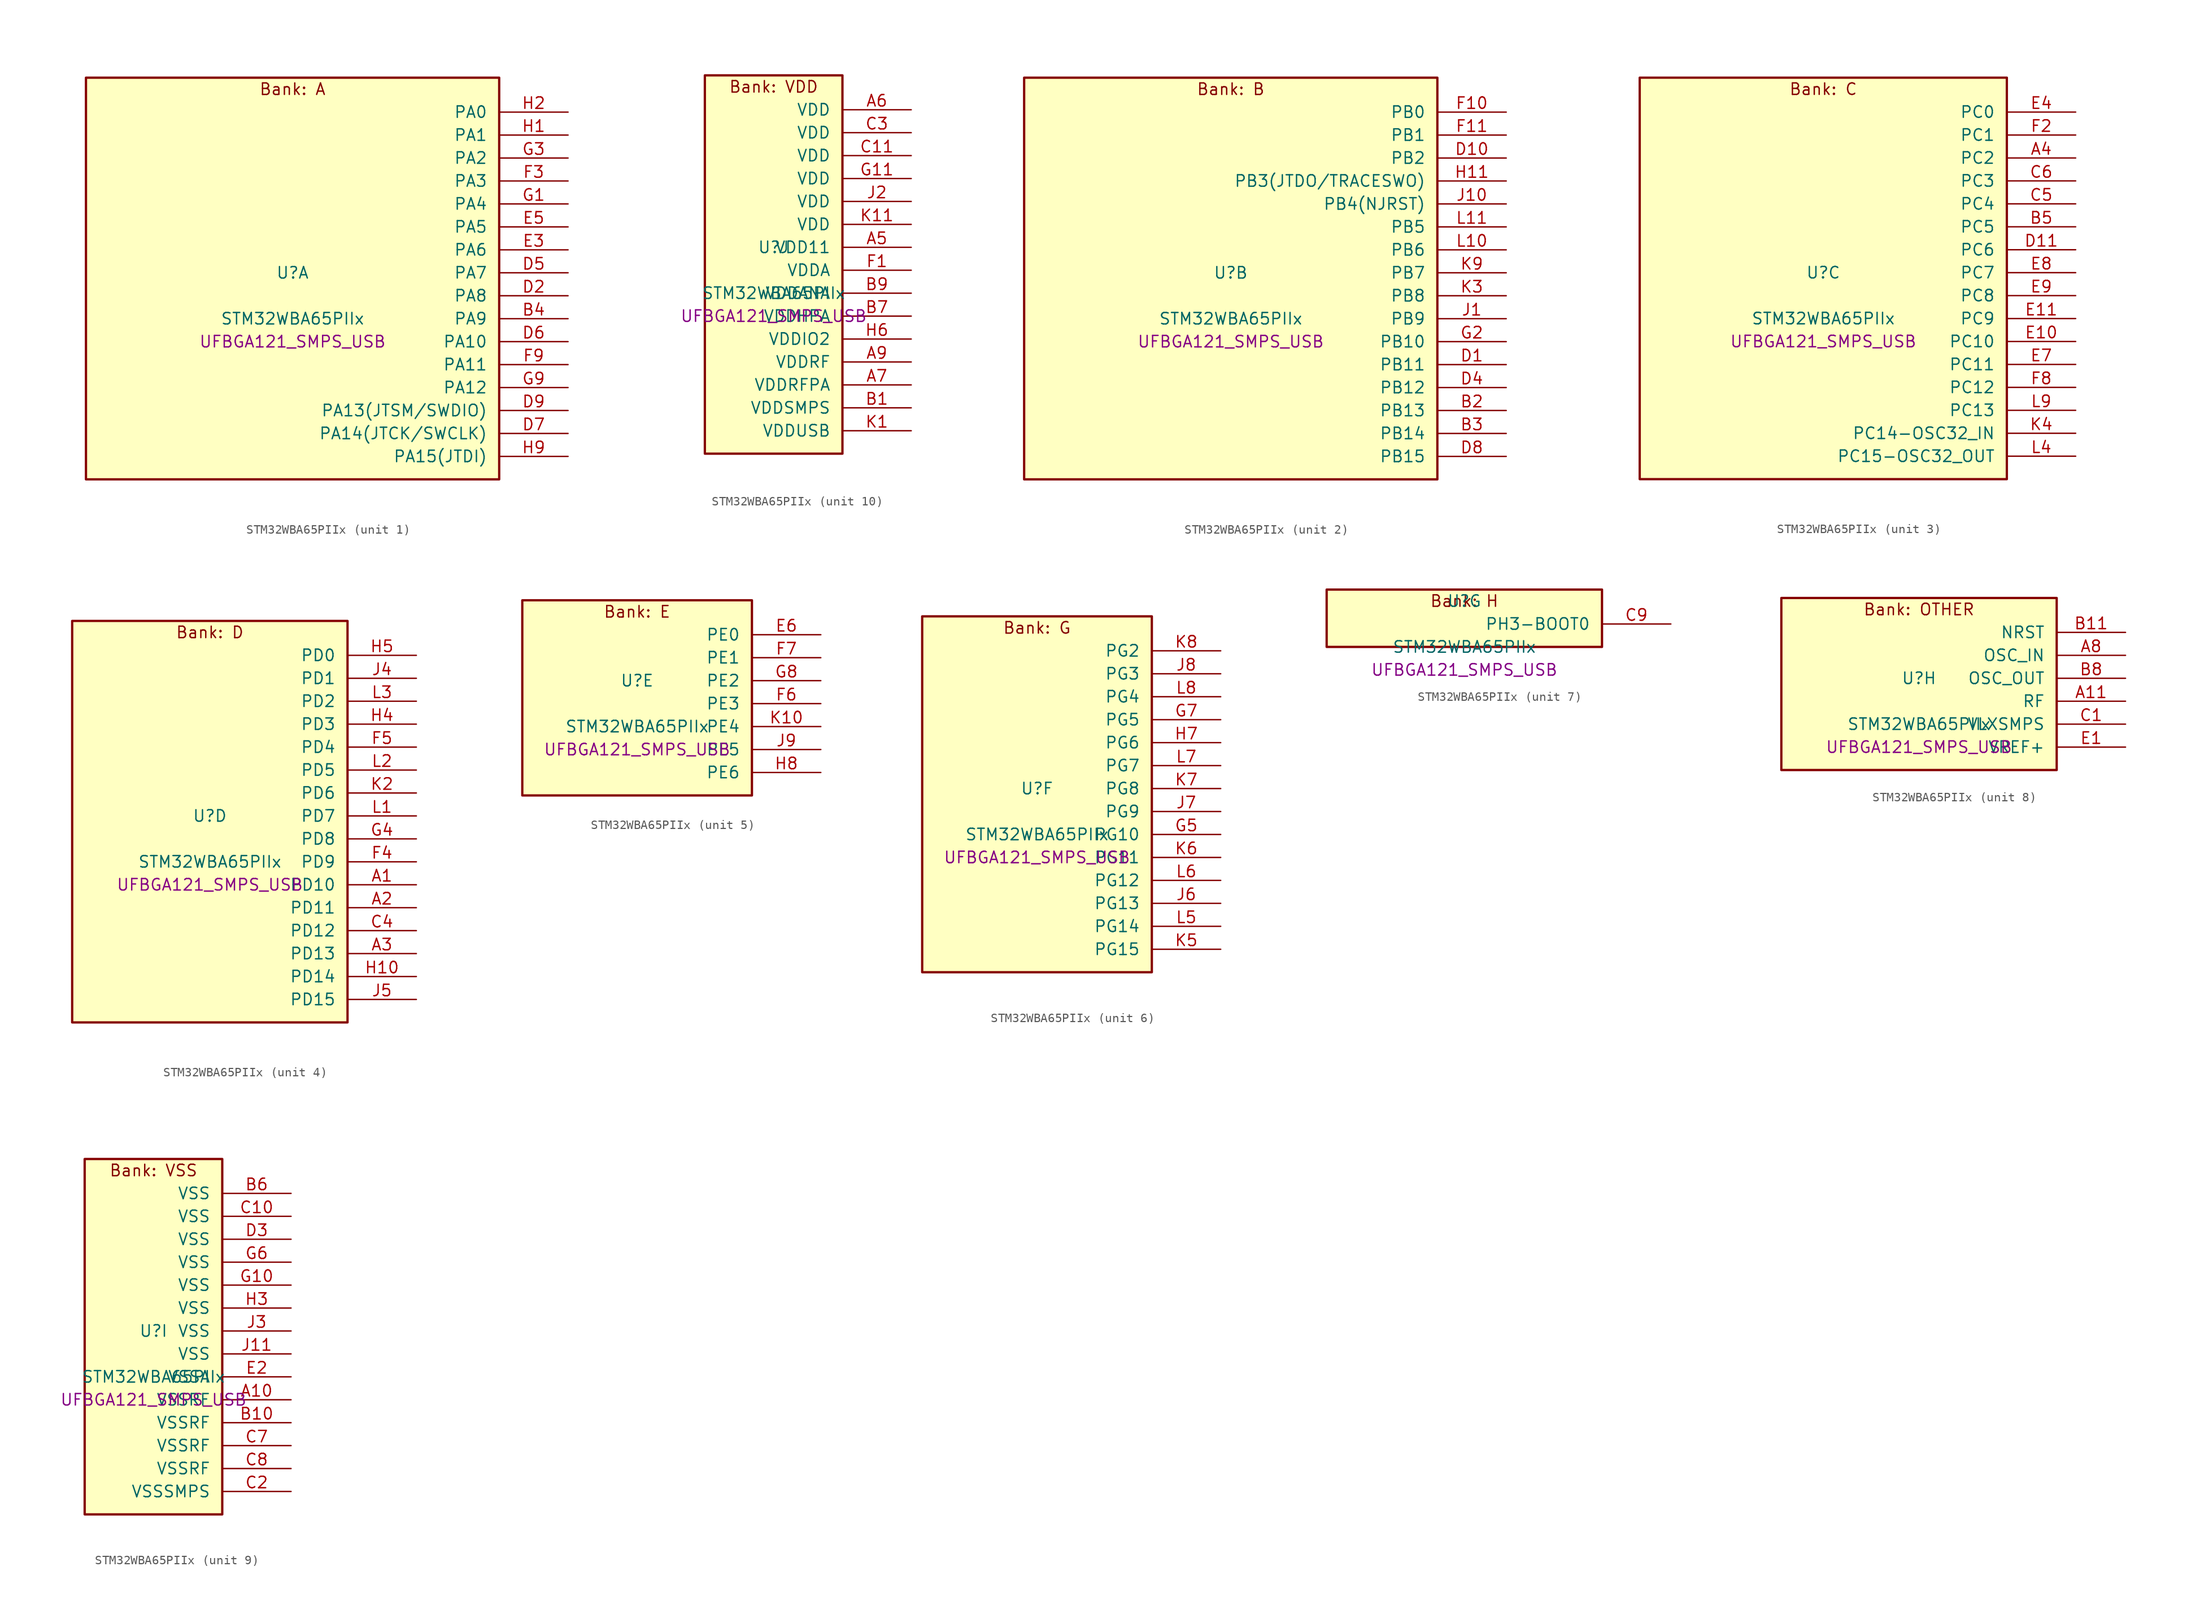
<source format=kicad_sym>
(kicad_symbol_lib
  (version 20241209)
  (generator "stm32_pkl_generator")
  (generator_version "1.0")
  (symbol "STM32WBA65PIIx"
    (pin_names
      (offset 1.27))
    (property "Reference" "U"
      (at 0 2.54 0))
    (property "Value" "STM32WBA65PIIx"
      (at 0 -2.54 0))
    (property "Footprint" "UFBGA121_SMPS_USB"
      (at 0 -5.08 0))
    (symbol "STM32WBA65PIIx_1_1"
      (rectangle (start -22.86 24.13) (end 22.86 -20.32) (stroke (width 0.254) (type solid)) (fill (type background)))
      (text "Bank: A" (at 0 22.86 0))
      (pin bidirectional line (at 30.48 20.32 180) (length 7.62) (name "PA0") (number "H2") (alternate "PA0/ADC4_IN9" bidirectional line) (alternate "PA0/COMP2_INP" bidirectional line) (alternate "PA0/LPTIM1_IN1" bidirectional line) (alternate "PA0/LPUART1_CTS" bidirectional line) (alternate "PA0/PWR_WKUP1" bidirectional line) (alternate "PA0/SPI3_SCK" bidirectional line) (alternate "PA0/TIM1_CH2N" bidirectional line) (alternate "PA0/TIM3_CH3" bidirectional line) (alternate "PA0/TIM3_ETR" bidirectional line) (alternate "PA0/TSC_G2_IO2" bidirectional line))
      (pin bidirectional line (at 30.48 17.78 180) (length 7.62) (name "PA1") (number "H1") (alternate "PA1/ADC4_IN8" bidirectional line) (alternate "PA1/COMP1_INM" bidirectional line) (alternate "PA1/LPTIM2_CH2" bidirectional line) (alternate "PA1/LPUART1_RX" bidirectional line) (alternate "PA1/PWR_WKUP3" bidirectional line) (alternate "PA1/SAI1_CK1" bidirectional line) (alternate "PA1/SPI1_RDY" bidirectional line) (alternate "PA1/SPI3_MISO" bidirectional line) (alternate "PA1/TIM17_CH1" bidirectional line) (alternate "PA1/TIM1_CH1N" bidirectional line) (alternate "PA1/TIM3_CH2" bidirectional line) (alternate "PA1/TSC_G2_IO1" bidirectional line) (alternate "PA1/USART1_CK" bidirectional line))
      (pin bidirectional line (at 30.48 15.24 180) (length 7.62) (name "PA2") (number "G3") (alternate "PA2/ADC4_IN7" bidirectional line) (alternate "PA2/COMP1_INP" bidirectional line) (alternate "PA2/LPUART1_TX" bidirectional line) (alternate "PA2/PWR_WKUP4" bidirectional line) (alternate "PA2/RCC_LSCO" bidirectional line) (alternate "PA2/SAI1_D1" bidirectional line) (alternate "PA2/TIM16_CH1" bidirectional line) (alternate "PA2/TIM1_BKIN" bidirectional line) (alternate "PA2/TIM3_CH1" bidirectional line) (alternate "PA2/TSC_G4_IO4" bidirectional line) (alternate "PA2/USART1_DE" bidirectional line) (alternate "PA2/USART1_RTS" bidirectional line))
      (pin bidirectional line (at 30.48 12.7 180) (length 7.62) (name "PA3") (number "F3") (alternate "PA3/ADC4_IN6" bidirectional line) (alternate "PA3/PWR_WKUP5" bidirectional line) (alternate "PA3/TIM16_CH1N" bidirectional line) (alternate "PA3/TSC_G4_IO2" bidirectional line) (alternate "PA3/USART1_DE" bidirectional line) (alternate "PA3/USART1_RTS" bidirectional line))
      (pin bidirectional line (at 30.48 10.16 180) (length 7.62) (name "PA4") (number "G1") (alternate "PA4/ADC4_IN5" bidirectional line) (alternate "PA4/AUDIOCLK" bidirectional line) (alternate "PA4/PWR_WKUP2" bidirectional line) (alternate "PA4/TAMP_IN6" bidirectional line) (alternate "PA4/TAMP_OUT3" bidirectional line) (alternate "PA4/TIM16_CH1" bidirectional line) (alternate "PA4/TSC_G4_IO1" bidirectional line) (alternate "PA4/USART1_CTS" bidirectional line))
      (pin bidirectional line (at 30.48 7.62 180) (length 7.62) (name "PA5") (number "E5") (alternate "PA5/ADC4_IN4" bidirectional line) (alternate "PA5/AUDIOCLK" bidirectional line) (alternate "PA5/LPTIM2_ETR" bidirectional line) (alternate "PA5/PWR_CSLEEP" bidirectional line) (alternate "PA5/PWR_WKUP6" bidirectional line) (alternate "PA5/SAI1_D2" bidirectional line) (alternate "PA5/SPI3_NSS" bidirectional line) (alternate "PA5/TIM2_CH1" bidirectional line) (alternate "PA5/TIM2_ETR" bidirectional line) (alternate "PA5/TSC_G1_IO4" bidirectional line) (alternate "PA5/USART1_CK" bidirectional line) (alternate "PA5/USART3_RX" bidirectional line))
      (pin bidirectional line (at 30.48 5.08 180) (length 7.62) (name "PA6") (number "E3") (alternate "PA6/ADC4_IN3" bidirectional line) (alternate "PA6/I2C3_SCL" bidirectional line) (alternate "PA6/PWR_CSTOP" bidirectional line) (alternate "PA6/PWR_WKUP7" bidirectional line) (alternate "PA6/SAI1_CK2" bidirectional line) (alternate "PA6/SAI1_MCLK_A" bidirectional line) (alternate "PA6/SPI3_RDY" bidirectional line) (alternate "PA6/TIM2_CH4" bidirectional line) (alternate "PA6/TSC_G1_IO3" bidirectional line) (alternate "PA6/USART1_DE" bidirectional line) (alternate "PA6/USART1_RTS" bidirectional line) (alternate "PA6/USART3_CTS" bidirectional line))
      (pin bidirectional line (at 30.48 2.54 180) (length 7.62) (name "PA7") (number "D5") (alternate "PA7/ADC4_IN2" bidirectional line) (alternate "PA7/COMP1_OUT" bidirectional line) (alternate "PA7/I2C3_SDA" bidirectional line) (alternate "PA7/PWR_WKUP8" bidirectional line) (alternate "PA7/SAI1_SCK_A" bidirectional line) (alternate "PA7/SPI3_SCK" bidirectional line) (alternate "PA7/TAMP_IN1" bidirectional line) (alternate "PA7/TAMP_OUT2" bidirectional line) (alternate "PA7/TIM2_CH3" bidirectional line) (alternate "PA7/TSC_G1_IO2" bidirectional line) (alternate "PA7/USART1_CTS" bidirectional line) (alternate "PA7/USART3_TX" bidirectional line))
      (pin bidirectional line (at 30.48 0 180) (length 7.62) (name "PA8") (number "D2") (alternate "PA8/ADC4_IN1" bidirectional line) (alternate "PA8/LPTIM1_CH2" bidirectional line) (alternate "PA8/RCC_MCO" bidirectional line) (alternate "PA8/SAI1_FS_A" bidirectional line) (alternate "PA8/SPI3_RDY" bidirectional line) (alternate "PA8/TIM2_CH2" bidirectional line) (alternate "PA8/TSC_G1_IO1" bidirectional line) (alternate "PA8/USART1_RX" bidirectional line) (alternate "PA8/USB_OTG_HS_SOF" bidirectional line))
      (pin bidirectional line (at 30.48 -2.54 180) (length 7.62) (name "PA9") (number "B4") (alternate "PA9/LPUART1_DE" bidirectional line) (alternate "PA9/LPUART1_RTS" bidirectional line) (alternate "PA9/SAI1_CK1" bidirectional line) (alternate "PA9/SPI2_MISO" bidirectional line) (alternate "PA9/SPI2_SCK" bidirectional line) (alternate "PA9/TIM3_CH2" bidirectional line))
      (pin bidirectional line (at 30.48 -5.08 180) (length 7.62) (name "PA10") (number "D6") (alternate "PA10/LPUART1_RX" bidirectional line) (alternate "PA10/SAI1_D1" bidirectional line) (alternate "PA10/SPI2_NSS" bidirectional line) (alternate "PA10/TIM3_CH1" bidirectional line))
      (pin bidirectional line (at 30.48 -7.62 180) (length 7.62) (name "PA11") (number "F9") (alternate "PA11/LPTIM2_CH1" bidirectional line) (alternate "PA11/RF_ANTSW1" bidirectional line) (alternate "PA11/TIM1_CH1" bidirectional line) (alternate "PA11/USART2_RX" bidirectional line))
      (pin bidirectional line (at 30.48 -10.16 180) (length 7.62) (name "PA12") (number "G9") (alternate "PA12/COMP2_OUT" bidirectional line) (alternate "PA12/PTA_STATUS" bidirectional line) (alternate "PA12/PWR_WKUP6" bidirectional line) (alternate "PA12/RF_ANTSW0" bidirectional line) (alternate "PA12/SPI1_NSS" bidirectional line) (alternate "PA12/TIM1_CH2" bidirectional line) (alternate "PA12/TSC_G3_IO4" bidirectional line) (alternate "PA12/USART2_TX" bidirectional line))
      (pin bidirectional line (at 30.48 -12.7 180) (length 7.62) (name "PA13(JTSM/SWDIO)") (number "D9") (alternate "PA13(JTSM/SWDIO)/DEBUG_JTMS-SWDIO" bidirectional line) (alternate "PA13(JTSM/SWDIO)/IR_OUT" bidirectional line) (alternate "PA13(JTSM/SWDIO)/PTA_PRIORITY" bidirectional line))
      (pin bidirectional line (at 30.48 -15.24 180) (length 7.62) (name "PA14(JTCK/SWCLK)") (number "D7") (alternate "PA14(JTCK/SWCLK)/COMP2_OUT" bidirectional line) (alternate "PA14(JTCK/SWCLK)/DEBUG_JTCK-SWCLK" bidirectional line) (alternate "PA14(JTCK/SWCLK)/I2C4_SMBA" bidirectional line) (alternate "PA14(JTCK/SWCLK)/PTA_STATUS" bidirectional line) (alternate "PA14(JTCK/SWCLK)/TAMP_IN3" bidirectional line) (alternate "PA14(JTCK/SWCLK)/TAMP_OUT6" bidirectional line) (alternate "PA14(JTCK/SWCLK)/USART2_TX" bidirectional line) (alternate "PA14(JTCK/SWCLK)/USB_OTG_HS_SOF" bidirectional line))
      (pin bidirectional line (at 30.48 -17.78 180) (length 7.62) (name "PA15(JTDI)") (number "H9") (alternate "PA15(JTDI)/ADC4_EXTI15" bidirectional line) (alternate "PA15(JTDI)/DEBUG_JTDI" bidirectional line) (alternate "PA15(JTDI)/I2C1_SCL" bidirectional line) (alternate "PA15(JTDI)/LPTIM1_CH2" bidirectional line) (alternate "PA15(JTDI)/PTA_STATUS" bidirectional line) (alternate "PA15(JTDI)/SPI1_MOSI" bidirectional line) (alternate "PA15(JTDI)/TIM17_BKIN" bidirectional line) (alternate "PA15(JTDI)/TIM1_ETR" bidirectional line) (alternate "PA15(JTDI)/TSC_G3_IO3" bidirectional line) (alternate "PA15(JTDI)/USART2_DE" bidirectional line) (alternate "PA15(JTDI)/USART2_RTS" bidirectional line) (alternate "PA15(JTDI)/USART3_DE" bidirectional line) (alternate "PA15(JTDI)/USART3_RTS" bidirectional line)))
    (symbol "STM32WBA65PIIx_2_1"
      (rectangle (start -22.86 24.13) (end 22.86 -20.32) (stroke (width 0.254) (type solid)) (fill (type background)))
      (text "Bank: B" (at 0 22.86 0))
      (pin bidirectional line (at 30.48 20.32 180) (length 7.62) (name "PB0") (number "F10") (alternate "PB0/LPTIM2_IN2" bidirectional line) (alternate "PB0/SPI2_MOSI" bidirectional line) (alternate "PB0/TIM1_CH3N" bidirectional line) (alternate "PB0/USART2_TX" bidirectional line) (alternate "PB0/USART3_CK" bidirectional line))
      (pin bidirectional line (at 30.48 17.78 180) (length 7.62) (name "PB1") (number "F11") (alternate "PB1/I2C1_SDA" bidirectional line) (alternate "PB1/I2C3_SDA" bidirectional line) (alternate "PB1/PWR_WKUP4" bidirectional line) (alternate "PB1/TIM1_CH2N" bidirectional line) (alternate "PB1/USART2_DE" bidirectional line) (alternate "PB1/USART2_RTS" bidirectional line) (alternate "PB1/USART3_DE" bidirectional line) (alternate "PB1/USART3_RTS" bidirectional line))
      (pin bidirectional line (at 30.48 15.24 180) (length 7.62) (name "PB2") (number "D10") (alternate "PB2/I2C1_SCL" bidirectional line) (alternate "PB2/I2C3_SCL" bidirectional line) (alternate "PB2/PWR_WKUP1" bidirectional line) (alternate "PB2/RF_ANTSW2" bidirectional line) (alternate "PB2/RTC_OUT2" bidirectional line) (alternate "PB2/TIM1_CH1N" bidirectional line) (alternate "PB2/USART2_CTS" bidirectional line))
      (pin bidirectional line (at 30.48 12.7 180) (length 7.62) (name "PB3(JTDO/TRACESWO)") (number "H11") (alternate "PB3(JTDO/TRACESWO)/DEBUG_JTDO-SWO" bidirectional line) (alternate "PB3(JTDO/TRACESWO)/I2C1_SDA" bidirectional line) (alternate "PB3(JTDO/TRACESWO)/LPTIM1_IN2" bidirectional line) (alternate "PB3(JTDO/TRACESWO)/PTA_ACTIVE" bidirectional line) (alternate "PB3(JTDO/TRACESWO)/SPI1_MISO" bidirectional line) (alternate "PB3(JTDO/TRACESWO)/TIM17_CH1N" bidirectional line) (alternate "PB3(JTDO/TRACESWO)/TIM1_CH4" bidirectional line) (alternate "PB3(JTDO/TRACESWO)/TSC_G3_IO2" bidirectional line) (alternate "PB3(JTDO/TRACESWO)/USART2_CK" bidirectional line))
      (pin bidirectional line (at 30.48 10.16 180) (length 7.62) (name "PB4(NJRST)") (number "J10") (alternate "PB4(NJRST)/DEBUG_NJTRST" bidirectional line) (alternate "PB4(NJRST)/LPTIM2_IN2" bidirectional line) (alternate "PB4(NJRST)/PTA_ACTIVE" bidirectional line) (alternate "PB4(NJRST)/PTA_PRIORITY" bidirectional line) (alternate "PB4(NJRST)/SAI1_MCLK_B" bidirectional line) (alternate "PB4(NJRST)/SPI1_SCK" bidirectional line) (alternate "PB4(NJRST)/TIM17_CH1" bidirectional line) (alternate "PB4(NJRST)/TIM1_CH3" bidirectional line) (alternate "PB4(NJRST)/TSC_G3_IO1" bidirectional line) (alternate "PB4(NJRST)/USART2_RX" bidirectional line))
      (pin bidirectional line (at 30.48 7.62 180) (length 7.62) (name "PB5") (number "L11") (alternate "PB5/LPUART1_TX" bidirectional line) (alternate "PB5/SAI1_D2" bidirectional line) (alternate "PB5/SAI1_FS_B" bidirectional line) (alternate "PB5/TIM3_CH1" bidirectional line) (alternate "PB5/TSC_G5_IO4" bidirectional line))
      (pin bidirectional line (at 30.48 5.08 180) (length 7.62) (name "PB6") (number "L10") (alternate "PB6/PWR_WKUP3" bidirectional line) (alternate "PB6/SAI1_SCK_B" bidirectional line) (alternate "PB6/TIM2_CH1" bidirectional line) (alternate "PB6/TIM2_ETR" bidirectional line) (alternate "PB6/TIM4_CH1" bidirectional line) (alternate "PB6/TSC_G5_IO3" bidirectional line))
      (pin bidirectional line (at 30.48 2.54 180) (length 7.62) (name "PB7") (number "K9") (alternate "PB7/PWR_WKUP5" bidirectional line) (alternate "PB7/SAI1_SD_B" bidirectional line) (alternate "PB7/TAMP_IN5" bidirectional line) (alternate "PB7/TAMP_OUT4" bidirectional line) (alternate "PB7/TIM1_CH4N" bidirectional line) (alternate "PB7/TIM4_CH2" bidirectional line) (alternate "PB7/TSC_G5_IO2" bidirectional line))
      (pin bidirectional line (at 30.48 0 180) (length 7.62) (name "PB8") (number "K3") (alternate "PB8/COMP1_OUT" bidirectional line) (alternate "PB8/LPTIM1_ETR" bidirectional line) (alternate "PB8/PWR_PVD_IN" bidirectional line) (alternate "PB8/SPI3_MOSI" bidirectional line) (alternate "PB8/TIM16_CH1N" bidirectional line) (alternate "PB8/TIM1_CH1" bidirectional line) (alternate "PB8/TIM3_ETR" bidirectional line) (alternate "PB8/TIM4_CH3" bidirectional line) (alternate "PB8/TSC_G2_IO4" bidirectional line) (alternate "PB8/USART2_RX" bidirectional line))
      (pin bidirectional line (at 30.48 -2.54 180) (length 7.62) (name "PB9") (number "J1") (alternate "PB9/ADC4_IN10" bidirectional line) (alternate "PB9/COMP2_INM" bidirectional line) (alternate "PB9/IR_OUT" bidirectional line) (alternate "PB9/LPTIM2_IN1" bidirectional line) (alternate "PB9/LPUART1_DE" bidirectional line) (alternate "PB9/LPUART1_RTS" bidirectional line) (alternate "PB9/PWR_WKUP8" bidirectional line) (alternate "PB9/SPI2_NSS" bidirectional line) (alternate "PB9/SPI3_MISO" bidirectional line) (alternate "PB9/TIM16_CH1" bidirectional line) (alternate "PB9/TIM1_CH3N" bidirectional line) (alternate "PB9/TIM3_CH4" bidirectional line) (alternate "PB9/TIM4_CH4" bidirectional line) (alternate "PB9/TSC_G2_IO3" bidirectional line))
      (pin bidirectional line (at 30.48 -5.08 180) (length 7.62) (name "PB10") (number "G2") (alternate "PB10/I2C2_SCL" bidirectional line) (alternate "PB10/I2C4_SCL" bidirectional line) (alternate "PB10/SPI2_SCK" bidirectional line) (alternate "PB10/TIM16_BKIN" bidirectional line) (alternate "PB10/TSC_G4_IO3" bidirectional line) (alternate "PB10/USART1_CK" bidirectional line) (alternate "PB10/USART3_TX" bidirectional line))
      (pin bidirectional line (at 30.48 -7.62 180) (length 7.62) (name "PB11") (number "D1") (alternate "PB11/I2C2_SDA" bidirectional line) (alternate "PB11/I2C4_SDA" bidirectional line) (alternate "PB11/LPTIM1_CH1" bidirectional line) (alternate "PB11/LPTIM1_ETR" bidirectional line) (alternate "PB11/LPUART1_TX" bidirectional line) (alternate "PB11/SPI2_RDY" bidirectional line) (alternate "PB11/USART3_RX" bidirectional line))
      (pin bidirectional line (at 30.48 -10.16 180) (length 7.62) (name "PB12") (number "D4") (alternate "PB12/I2C2_SMBA" bidirectional line) (alternate "PB12/SAI1_SD_A" bidirectional line) (alternate "PB12/SPI1_RDY" bidirectional line) (alternate "PB12/SPI2_NSS" bidirectional line) (alternate "PB12/TIM2_CH1" bidirectional line) (alternate "PB12/TIM2_ETR" bidirectional line) (alternate "PB12/TIM3_ETR" bidirectional line) (alternate "PB12/TSC_SYNC" bidirectional line) (alternate "PB12/USART1_TX" bidirectional line) (alternate "PB12/USART3_CK" bidirectional line))
      (pin bidirectional line (at 30.48 -12.7 180) (length 7.62) (name "PB13") (number "B2") (alternate "PB13/I2C2_SCL" bidirectional line) (alternate "PB13/SPI2_SCK" bidirectional line) (alternate "PB13/TIM3_CH4" bidirectional line) (alternate "PB13/TSC_G6_IO2" bidirectional line) (alternate "PB13/USART3_CTS" bidirectional line))
      (pin bidirectional line (at 30.48 -15.24 180) (length 7.62) (name "PB14") (number "B3") (alternate "PB14/I2C2_SDA" bidirectional line) (alternate "PB14/PWR_WKUP7" bidirectional line) (alternate "PB14/RTC_REFIN" bidirectional line) (alternate "PB14/SAI1_SD_A" bidirectional line) (alternate "PB14/SPI2_MISO" bidirectional line) (alternate "PB14/TIM3_CH3" bidirectional line) (alternate "PB14/TSC_G6_IO1" bidirectional line) (alternate "PB14/USART1_TX" bidirectional line) (alternate "PB14/USART3_DE" bidirectional line) (alternate "PB14/USART3_RTS" bidirectional line))
      (pin bidirectional line (at 30.48 -17.78 180) (length 7.62) (name "PB15") (number "D8") (alternate "PB15/ADC4_EXTI15" bidirectional line) (alternate "PB15/I2C1_SMBA" bidirectional line) (alternate "PB15/I2C3_SMBA" bidirectional line) (alternate "PB15/LPUART1_CTS" bidirectional line) (alternate "PB15/PTA_GRANT" bidirectional line) (alternate "PB15/RF_EXTPABYP" bidirectional line) (alternate "PB15/TIM16_BKIN" bidirectional line) (alternate "PB15/TIM1_BKIN2" bidirectional line) (alternate "PB15/USART2_CTS" bidirectional line)))
    (symbol "STM32WBA65PIIx_3_1"
      (rectangle (start -20.32 24.13) (end 20.32 -20.32) (stroke (width 0.254) (type solid)) (fill (type background)))
      (text "Bank: C" (at 0 22.86 0))
      (pin bidirectional line (at 27.94 20.32 180) (length 7.62) (name "PC0") (number "E4") (alternate "PC0/I2C3_SCL" bidirectional line) (alternate "PC0/LPTIM1_IN1" bidirectional line) (alternate "PC0/LPTIM2_IN1" bidirectional line) (alternate "PC0/LPUART1_RX" bidirectional line) (alternate "PC0/SPI2_RDY" bidirectional line))
      (pin bidirectional line (at 27.94 17.78 180) (length 7.62) (name "PC1") (number "F2") (alternate "PC1/I2C3_SDA" bidirectional line) (alternate "PC1/LPTIM1_CH1" bidirectional line) (alternate "PC1/LPUART1_TX" bidirectional line) (alternate "PC1/SAI1_SD_A" bidirectional line) (alternate "PC1/SPI2_MOSI" bidirectional line))
      (pin bidirectional line (at 27.94 15.24 180) (length 7.62) (name "PC2") (number "A4") (alternate "PC2/LPTIM1_IN2" bidirectional line) (alternate "PC2/SPI2_MISO" bidirectional line))
      (pin bidirectional line (at 27.94 12.7 180) (length 7.62) (name "PC3") (number "C6") (alternate "PC3/LPTIM1_ETR" bidirectional line) (alternate "PC3/LPTIM2_ETR" bidirectional line) (alternate "PC3/SAI1_D1" bidirectional line) (alternate "PC3/SAI1_SD_A" bidirectional line) (alternate "PC3/SPI2_MOSI" bidirectional line) (alternate "PC3/SPI3_MOSI" bidirectional line) (alternate "PC3/TIM3_CH1" bidirectional line))
      (pin bidirectional line (at 27.94 10.16 180) (length 7.62) (name "PC4") (number "C5") (alternate "PC4/LPTIM2_CH2" bidirectional line) (alternate "PC4/SAI1_D2" bidirectional line) (alternate "PC4/SAI1_FS_A" bidirectional line) (alternate "PC4/SPI3_MISO" bidirectional line) (alternate "PC4/TIM3_CH2" bidirectional line) (alternate "PC4/USART3_TX" bidirectional line))
      (pin bidirectional line (at 27.94 7.62 180) (length 7.62) (name "PC5") (number "B5") (alternate "PC5/SAI1_D3" bidirectional line) (alternate "PC5/SAI1_SD_B" bidirectional line) (alternate "PC5/TIM1_CH4N" bidirectional line) (alternate "PC5/USART3_RX" bidirectional line))
      (pin bidirectional line (at 27.94 5.08 180) (length 7.62) (name "PC6") (number "D11") (alternate "PC6/PWR_CSLEEP" bidirectional line) (alternate "PC6/TIM3_CH1" bidirectional line))
      (pin bidirectional line (at 27.94 2.54 180) (length 7.62) (name "PC7") (number "E8") (alternate "PC7/LPTIM2_CH2" bidirectional line) (alternate "PC7/PWR_CSTOP" bidirectional line) (alternate "PC7/TIM3_CH2" bidirectional line) (alternate "PC7/USART2_DE" bidirectional line) (alternate "PC7/USART2_RTS" bidirectional line))
      (pin bidirectional line (at 27.94 0 180) (length 7.62) (name "PC8") (number "E9") (alternate "PC8/TIM3_CH3" bidirectional line) (alternate "PC8/USART2_RX" bidirectional line))
      (pin bidirectional line (at 27.94 -2.54 180) (length 7.62) (name "PC9") (number "E11") (alternate "PC9/TIM3_CH4" bidirectional line) (alternate "PC9/USART2_TX" bidirectional line))
      (pin bidirectional line (at 27.94 -5.08 180) (length 7.62) (name "PC10") (number "E10") (alternate "PC10/SPI3_SCK" bidirectional line) (alternate "PC10/USART3_TX" bidirectional line))
      (pin bidirectional line (at 27.94 -7.62 180) (length 7.62) (name "PC11") (number "E7") (alternate "PC11/SPI3_MISO" bidirectional line) (alternate "PC11/USART3_RX" bidirectional line))
      (pin bidirectional line (at 27.94 -10.16 180) (length 7.62) (name "PC12") (number "F8") (alternate "PC12/SPI3_MOSI" bidirectional line) (alternate "PC12/USART3_CK" bidirectional line))
      (pin bidirectional line (at 27.94 -12.7 180) (length 7.62) (name "PC13") (number "L9") (alternate "PC13/PWR_WKUP2" bidirectional line) (alternate "PC13/RTC_OUT1" bidirectional line) (alternate "PC13/RTC_TS" bidirectional line) (alternate "PC13/TAMP_IN4" bidirectional line) (alternate "PC13/TAMP_OUT5" bidirectional line) (alternate "PC13/TIM1_BKIN2" bidirectional line) (alternate "PC13/TSC_G5_IO1" bidirectional line))
      (pin bidirectional line (at 27.94 -15.24 180) (length 7.62) (name "PC14-OSC32_IN") (number "K4") (alternate "PC14-OSC32_IN/RCC_OSC32_IN" bidirectional line))
      (pin bidirectional line (at 27.94 -17.78 180) (length 7.62) (name "PC15-OSC32_OUT") (number "L4") (alternate "PC15-OSC32_OUT/ADC4_EXTI15" bidirectional line) (alternate "PC15-OSC32_OUT/RCC_OSC32_OUT" bidirectional line)))
    (symbol "STM32WBA65PIIx_4_1"
      (rectangle (start -15.24 24.13) (end 15.24 -20.32) (stroke (width 0.254) (type solid)) (fill (type background)))
      (text "Bank: D" (at 0 22.86 0))
      (pin bidirectional line (at 22.86 20.32 180) (length 7.62) (name "PD0") (number "H5") (alternate "PD0/SPI2_NSS" bidirectional line) (alternate "PD0/TSC_G8_IO3" bidirectional line))
      (pin bidirectional line (at 22.86 17.78 180) (length 7.62) (name "PD1") (number "J4") (alternate "PD1/SPI2_SCK" bidirectional line) (alternate "PD1/TSC_G8_IO2" bidirectional line))
      (pin bidirectional line (at 22.86 15.24 180) (length 7.62) (name "PD2") (number "L3") (alternate "PD2/TIM3_ETR" bidirectional line) (alternate "PD2/TSC_SYNC" bidirectional line) (alternate "PD2/USART3_DE" bidirectional line) (alternate "PD2/USART3_RTS" bidirectional line))
      (pin bidirectional line (at 22.86 12.7 180) (length 7.62) (name "PD3") (number "H4") (alternate "PD3/SPI2_MISO" bidirectional line) (alternate "PD3/SPI2_SCK" bidirectional line) (alternate "PD3/TSC_G8_IO1" bidirectional line) (alternate "PD3/USART2_CTS" bidirectional line))
      (pin bidirectional line (at 22.86 10.16 180) (length 7.62) (name "PD4") (number "F5") (alternate "PD4/LPTIM2_IN2" bidirectional line) (alternate "PD4/USART3_RX" bidirectional line))
      (pin bidirectional line (at 22.86 7.62 180) (length 7.62) (name "PD5") (number "L2") (alternate "PD5/SAI1_D1" bidirectional line) (alternate "PD5/SAI1_SD_A" bidirectional line) (alternate "PD5/SPI3_MOSI" bidirectional line) (alternate "PD5/USART2_RX" bidirectional line))
      (pin bidirectional line (at 22.86 5.08 180) (length 7.62) (name "PD6") (number "K2") (alternate "PD6/USB_OTG_HS_DP" bidirectional line))
      (pin bidirectional line (at 22.86 2.54 180) (length 7.62) (name "PD7") (number "L1") (alternate "PD7/USB_OTG_HS_DM" bidirectional line))
      (pin bidirectional line (at 22.86 0 180) (length 7.62) (name "PD8") (number "G4") (alternate "PD8/USART2_CK" bidirectional line) (alternate "PD8/USB_OTG_HS_ID" bidirectional line))
      (pin bidirectional line (at 22.86 -2.54 180) (length 7.62) (name "PD9") (number "F4") (alternate "PD9/USART2_TX" bidirectional line) (alternate "PD9/USART3_TX" bidirectional line) (alternate "PD9/USB_OTG_HS_VBUS" bidirectional line))
      (pin bidirectional line (at 22.86 -5.08 180) (length 7.62) (name "PD10") (number "A1") (alternate "PD10/LPTIM2_CH2" bidirectional line) (alternate "PD10/USART3_CK" bidirectional line))
      (pin bidirectional line (at 22.86 -7.62 180) (length 7.62) (name "PD11") (number "A2") (alternate "PD11/I2C4_SMBA" bidirectional line) (alternate "PD11/LPTIM2_ETR" bidirectional line) (alternate "PD11/USART3_CTS" bidirectional line))
      (pin bidirectional line (at 22.86 -10.16 180) (length 7.62) (name "PD12") (number "C4") (alternate "PD12/I2C4_SCL" bidirectional line) (alternate "PD12/LPTIM2_IN1" bidirectional line) (alternate "PD12/TIM4_CH1" bidirectional line) (alternate "PD12/TSC_G6_IO3" bidirectional line) (alternate "PD12/USART3_DE" bidirectional line) (alternate "PD12/USART3_RTS" bidirectional line))
      (pin bidirectional line (at 22.86 -12.7 180) (length 7.62) (name "PD13") (number "A3") (alternate "PD13/I2C4_SDA" bidirectional line) (alternate "PD13/LPTIM2_CH1" bidirectional line) (alternate "PD13/TIM4_CH2" bidirectional line) (alternate "PD13/TSC_G6_IO4" bidirectional line))
      (pin bidirectional line (at 22.86 -15.24 180) (length 7.62) (name "PD14") (number "H10") (alternate "PD14/DEBUG_TRACED3" bidirectional line) (alternate "PD14/TIM4_CH3" bidirectional line))
      (pin bidirectional line (at 22.86 -17.78 180) (length 7.62) (name "PD15") (number "J5") (alternate "PD15/ADC4_EXTI15" bidirectional line) (alternate "PD15/TIM4_CH4" bidirectional line) (alternate "PD15/TSC_G8_IO4" bidirectional line)))
    (symbol "STM32WBA65PIIx_5_1"
      (rectangle (start -12.7 11.43) (end 12.7 -10.16) (stroke (width 0.254) (type solid)) (fill (type background)))
      (text "Bank: E" (at 0 10.16 0))
      (pin bidirectional line (at 20.32 7.62 180) (length 7.62) (name "PE0") (number "E6") (alternate "PE0/DEBUG_TRACECLK" bidirectional line) (alternate "PE0/TIM16_CH1" bidirectional line) (alternate "PE0/TIM4_ETR" bidirectional line) (alternate "PE0/TSC_G7_IO4" bidirectional line))
      (pin bidirectional line (at 20.32 5.08 180) (length 7.62) (name "PE1") (number "F7") (alternate "PE1/DEBUG_TRACED0" bidirectional line) (alternate "PE1/TIM17_CH1" bidirectional line) (alternate "PE1/TSC_G7_IO3" bidirectional line))
      (pin bidirectional line (at 20.32 2.54 180) (length 7.62) (name "PE2") (number "G8") (alternate "PE2/DEBUG_TRACED1" bidirectional line) (alternate "PE2/SAI1_CK1" bidirectional line) (alternate "PE2/SAI1_MCLK_A" bidirectional line) (alternate "PE2/TIM3_ETR" bidirectional line) (alternate "PE2/TSC_G7_IO2" bidirectional line))
      (pin bidirectional line (at 20.32 0 180) (length 7.62) (name "PE3") (number "F6") (alternate "PE3/DEBUG_TRACED2" bidirectional line) (alternate "PE3/SAI1_SD_B" bidirectional line) (alternate "PE3/TIM3_CH1" bidirectional line) (alternate "PE3/TSC_G7_IO1" bidirectional line))
      (pin bidirectional line (at 20.32 -2.54 180) (length 7.62) (name "PE4") (number "K10") (alternate "PE4/SAI1_D2" bidirectional line) (alternate "PE4/SAI1_FS_A" bidirectional line) (alternate "PE4/TIM3_CH2" bidirectional line))
      (pin bidirectional line (at 20.32 -5.08 180) (length 7.62) (name "PE5") (number "J9") (alternate "PE5/SAI1_CK2" bidirectional line) (alternate "PE5/SAI1_SCK_A" bidirectional line) (alternate "PE5/TIM3_CH3" bidirectional line))
      (pin bidirectional line (at 20.32 -7.62 180) (length 7.62) (name "PE6") (number "H8") (alternate "PE6/SAI1_D1" bidirectional line) (alternate "PE6/SAI1_SD_A" bidirectional line) (alternate "PE6/TIM3_CH4" bidirectional line)))
    (symbol "STM32WBA65PIIx_6_1"
      (rectangle (start -12.7 21.59) (end 12.7 -17.78) (stroke (width 0.254) (type solid)) (fill (type background)))
      (text "Bank: G" (at 0 20.32 0))
      (pin bidirectional line (at 20.32 17.78 180) (length 7.62) (name "PG2") (number "K8") (alternate "PG2/SAI1_SCK_B" bidirectional line) (alternate "PG2/SPI1_SCK" bidirectional line))
      (pin bidirectional line (at 20.32 15.24 180) (length 7.62) (name "PG3") (number "J8") (alternate "PG3/SAI1_FS_B" bidirectional line) (alternate "PG3/SPI1_MISO" bidirectional line))
      (pin bidirectional line (at 20.32 12.7 180) (length 7.62) (name "PG4") (number "L8") (alternate "PG4/SAI1_MCLK_B" bidirectional line) (alternate "PG4/SPI1_MOSI" bidirectional line))
      (pin bidirectional line (at 20.32 10.16 180) (length 7.62) (name "PG5") (number "G7") (alternate "PG5/LPUART1_CTS" bidirectional line) (alternate "PG5/SAI1_SD_B" bidirectional line) (alternate "PG5/SPI1_NSS" bidirectional line))
      (pin bidirectional line (at 20.32 7.62 180) (length 7.62) (name "PG6") (number "H7") (alternate "PG6/I2C3_SMBA" bidirectional line) (alternate "PG6/LPUART1_DE" bidirectional line) (alternate "PG6/LPUART1_RTS" bidirectional line) (alternate "PG6/SPI1_RDY" bidirectional line))
      (pin bidirectional line (at 20.32 5.08 180) (length 7.62) (name "PG7") (number "L7") (alternate "PG7/I2C3_SCL" bidirectional line) (alternate "PG7/LPUART1_TX" bidirectional line) (alternate "PG7/SAI1_CK1" bidirectional line) (alternate "PG7/SAI1_MCLK_A" bidirectional line))
      (pin bidirectional line (at 20.32 2.54 180) (length 7.62) (name "PG8") (number "K7") (alternate "PG8/I2C3_SDA" bidirectional line) (alternate "PG8/LPUART1_RX" bidirectional line))
      (pin bidirectional line (at 20.32 0 180) (length 7.62) (name "PG9") (number "J7") (alternate "PG9/SAI1_SCK_A" bidirectional line) (alternate "PG9/SPI3_SCK" bidirectional line) (alternate "PG9/USART1_TX" bidirectional line))
      (pin bidirectional line (at 20.32 -2.54 180) (length 7.62) (name "PG10") (number "G5") (alternate "PG10/LPTIM1_IN1" bidirectional line) (alternate "PG10/SAI1_FS_A" bidirectional line) (alternate "PG10/SPI3_MISO" bidirectional line) (alternate "PG10/USART1_RX" bidirectional line))
      (pin bidirectional line (at 20.32 -5.08 180) (length 7.62) (name "PG11") (number "K6") (alternate "PG11/LPTIM1_IN2" bidirectional line) (alternate "PG11/SAI1_MCLK_A" bidirectional line) (alternate "PG11/SPI3_MOSI" bidirectional line) (alternate "PG11/USART1_CTS" bidirectional line))
      (pin bidirectional line (at 20.32 -7.62 180) (length 7.62) (name "PG12") (number "L6") (alternate "PG12/LPTIM1_ETR" bidirectional line) (alternate "PG12/SAI1_SD_A" bidirectional line) (alternate "PG12/SPI3_NSS" bidirectional line) (alternate "PG12/USART1_DE" bidirectional line) (alternate "PG12/USART1_RTS" bidirectional line))
      (pin bidirectional line (at 20.32 -10.16 180) (length 7.62) (name "PG13") (number "J6") (alternate "PG13/I2C1_SDA" bidirectional line) (alternate "PG13/SPI3_RDY" bidirectional line) (alternate "PG13/USART1_CK" bidirectional line))
      (pin bidirectional line (at 20.32 -12.7 180) (length 7.62) (name "PG14") (number "L5") (alternate "PG14/I2C1_SCL" bidirectional line) (alternate "PG14/LPTIM1_CH2" bidirectional line))
      (pin bidirectional line (at 20.32 -15.24 180) (length 7.62) (name "PG15") (number "K5") (alternate "PG15/ADC4_EXTI15" bidirectional line) (alternate "PG15/I2C1_SMBA" bidirectional line) (alternate "PG15/LPTIM1_CH1" bidirectional line)))
    (symbol "STM32WBA65PIIx_7_1"
      (rectangle (start -15.24 3.81) (end 15.24 -2.54) (stroke (width 0.254) (type solid)) (fill (type background)))
      (text "Bank: H" (at 0 2.54 0))
      (pin bidirectional line (at 22.86 0 180) (length 7.62) (name "PH3-BOOT0") (number "C9") (alternate "PH3-BOOT0/PTA_GRANT" bidirectional line) (alternate "PH3-BOOT0/RF_EXTPABYP" bidirectional line) (alternate "PH3-BOOT0/TAMP_IN2" bidirectional line) (alternate "PH3-BOOT0/TAMP_OUT1" bidirectional line)))
    (symbol "STM32WBA65PIIx_8_1"
      (rectangle (start -15.24 11.43) (end 15.24 -7.62) (stroke (width 0.254) (type solid)) (fill (type background)))
      (text "Bank: OTHER" (at 0 10.16 0))
      (pin input line (at 22.86 7.62 180) (length 7.62) (name "NRST") (number "B11"))
      (pin bidirectional line (at 22.86 5.08 180) (length 7.62) (name "OSC_IN") (number "A8") (alternate "OSC_IN/RCC_OSC_IN" bidirectional line))
      (pin bidirectional line (at 22.86 2.54 180) (length 7.62) (name "OSC_OUT") (number "B8") (alternate "OSC_OUT/RCC_OSC_OUT" bidirectional line))
      (pin bidirectional line (at 22.86 0 180) (length 7.62) (name "RF") (number "A11"))
      (pin power_in line (at 22.86 -2.54 180) (length 7.62) (name "VLXSMPS") (number "C1"))
      (pin bidirectional line (at 22.86 -5.08 180) (length 7.62) (name "VREF+") (number "E1")))
    (symbol "STM32WBA65PIIx_9_1"
      (rectangle (start -7.62 21.59) (end 7.62 -17.78) (stroke (width 0.254) (type solid)) (fill (type background)))
      (text "Bank: VSS" (at 0 20.32 0))
      (pin power_in line (at 15.24 17.78 180) (length 7.62) (name "VSS") (number "B6"))
      (pin power_in line (at 15.24 15.24 180) (length 7.62) (name "VSS") (number "C10"))
      (pin power_in line (at 15.24 12.7 180) (length 7.62) (name "VSS") (number "D3"))
      (pin power_in line (at 15.24 10.16 180) (length 7.62) (name "VSS") (number "G6"))
      (pin power_in line (at 15.24 7.62 180) (length 7.62) (name "VSS") (number "G10"))
      (pin power_in line (at 15.24 5.08 180) (length 7.62) (name "VSS") (number "H3"))
      (pin power_in line (at 15.24 2.54 180) (length 7.62) (name "VSS") (number "J3"))
      (pin power_in line (at 15.24 0 180) (length 7.62) (name "VSS") (number "J11"))
      (pin power_in line (at 15.24 -2.54 180) (length 7.62) (name "VSSA") (number "E2"))
      (pin power_in line (at 15.24 -5.08 180) (length 7.62) (name "VSSRF") (number "A10"))
      (pin power_in line (at 15.24 -7.62 180) (length 7.62) (name "VSSRF") (number "B10"))
      (pin power_in line (at 15.24 -10.16 180) (length 7.62) (name "VSSRF") (number "C7"))
      (pin power_in line (at 15.24 -12.7 180) (length 7.62) (name "VSSRF") (number "C8"))
      (pin power_in line (at 15.24 -15.24 180) (length 7.62) (name "VSSSMPS") (number "C2")))
    (symbol "STM32WBA65PIIx_10_1"
      (rectangle (start -7.62 21.59) (end 7.62 -20.32) (stroke (width 0.254) (type solid)) (fill (type background)))
      (text "Bank: VDD" (at 0 20.32 0))
      (pin power_in line (at 15.24 17.78 180) (length 7.62) (name "VDD") (number "A6"))
      (pin power_in line (at 15.24 15.24 180) (length 7.62) (name "VDD") (number "C3"))
      (pin power_in line (at 15.24 12.7 180) (length 7.62) (name "VDD") (number "C11"))
      (pin power_in line (at 15.24 10.16 180) (length 7.62) (name "VDD") (number "G11"))
      (pin power_in line (at 15.24 7.62 180) (length 7.62) (name "VDD") (number "J2"))
      (pin power_in line (at 15.24 5.08 180) (length 7.62) (name "VDD") (number "K11"))
      (pin power_in line (at 15.24 2.54 180) (length 7.62) (name "VDD11") (number "A5"))
      (pin power_in line (at 15.24 0 180) (length 7.62) (name "VDDA") (number "F1"))
      (pin power_in line (at 15.24 -2.54 180) (length 7.62) (name "VDDANA") (number "B9"))
      (pin power_in line (at 15.24 -5.08 180) (length 7.62) (name "VDDHPA") (number "B7"))
      (pin power_in line (at 15.24 -7.62 180) (length 7.62) (name "VDDIO2") (number "H6"))
      (pin power_in line (at 15.24 -10.16 180) (length 7.62) (name "VDDRF") (number "A9"))
      (pin power_in line (at 15.24 -12.7 180) (length 7.62) (name "VDDRFPA") (number "A7"))
      (pin power_in line (at 15.24 -15.24 180) (length 7.62) (name "VDDSMPS") (number "B1"))
      (pin power_in line (at 15.24 -17.78 180) (length 7.62) (name "VDDUSB") (number "K1")))))
</source>
